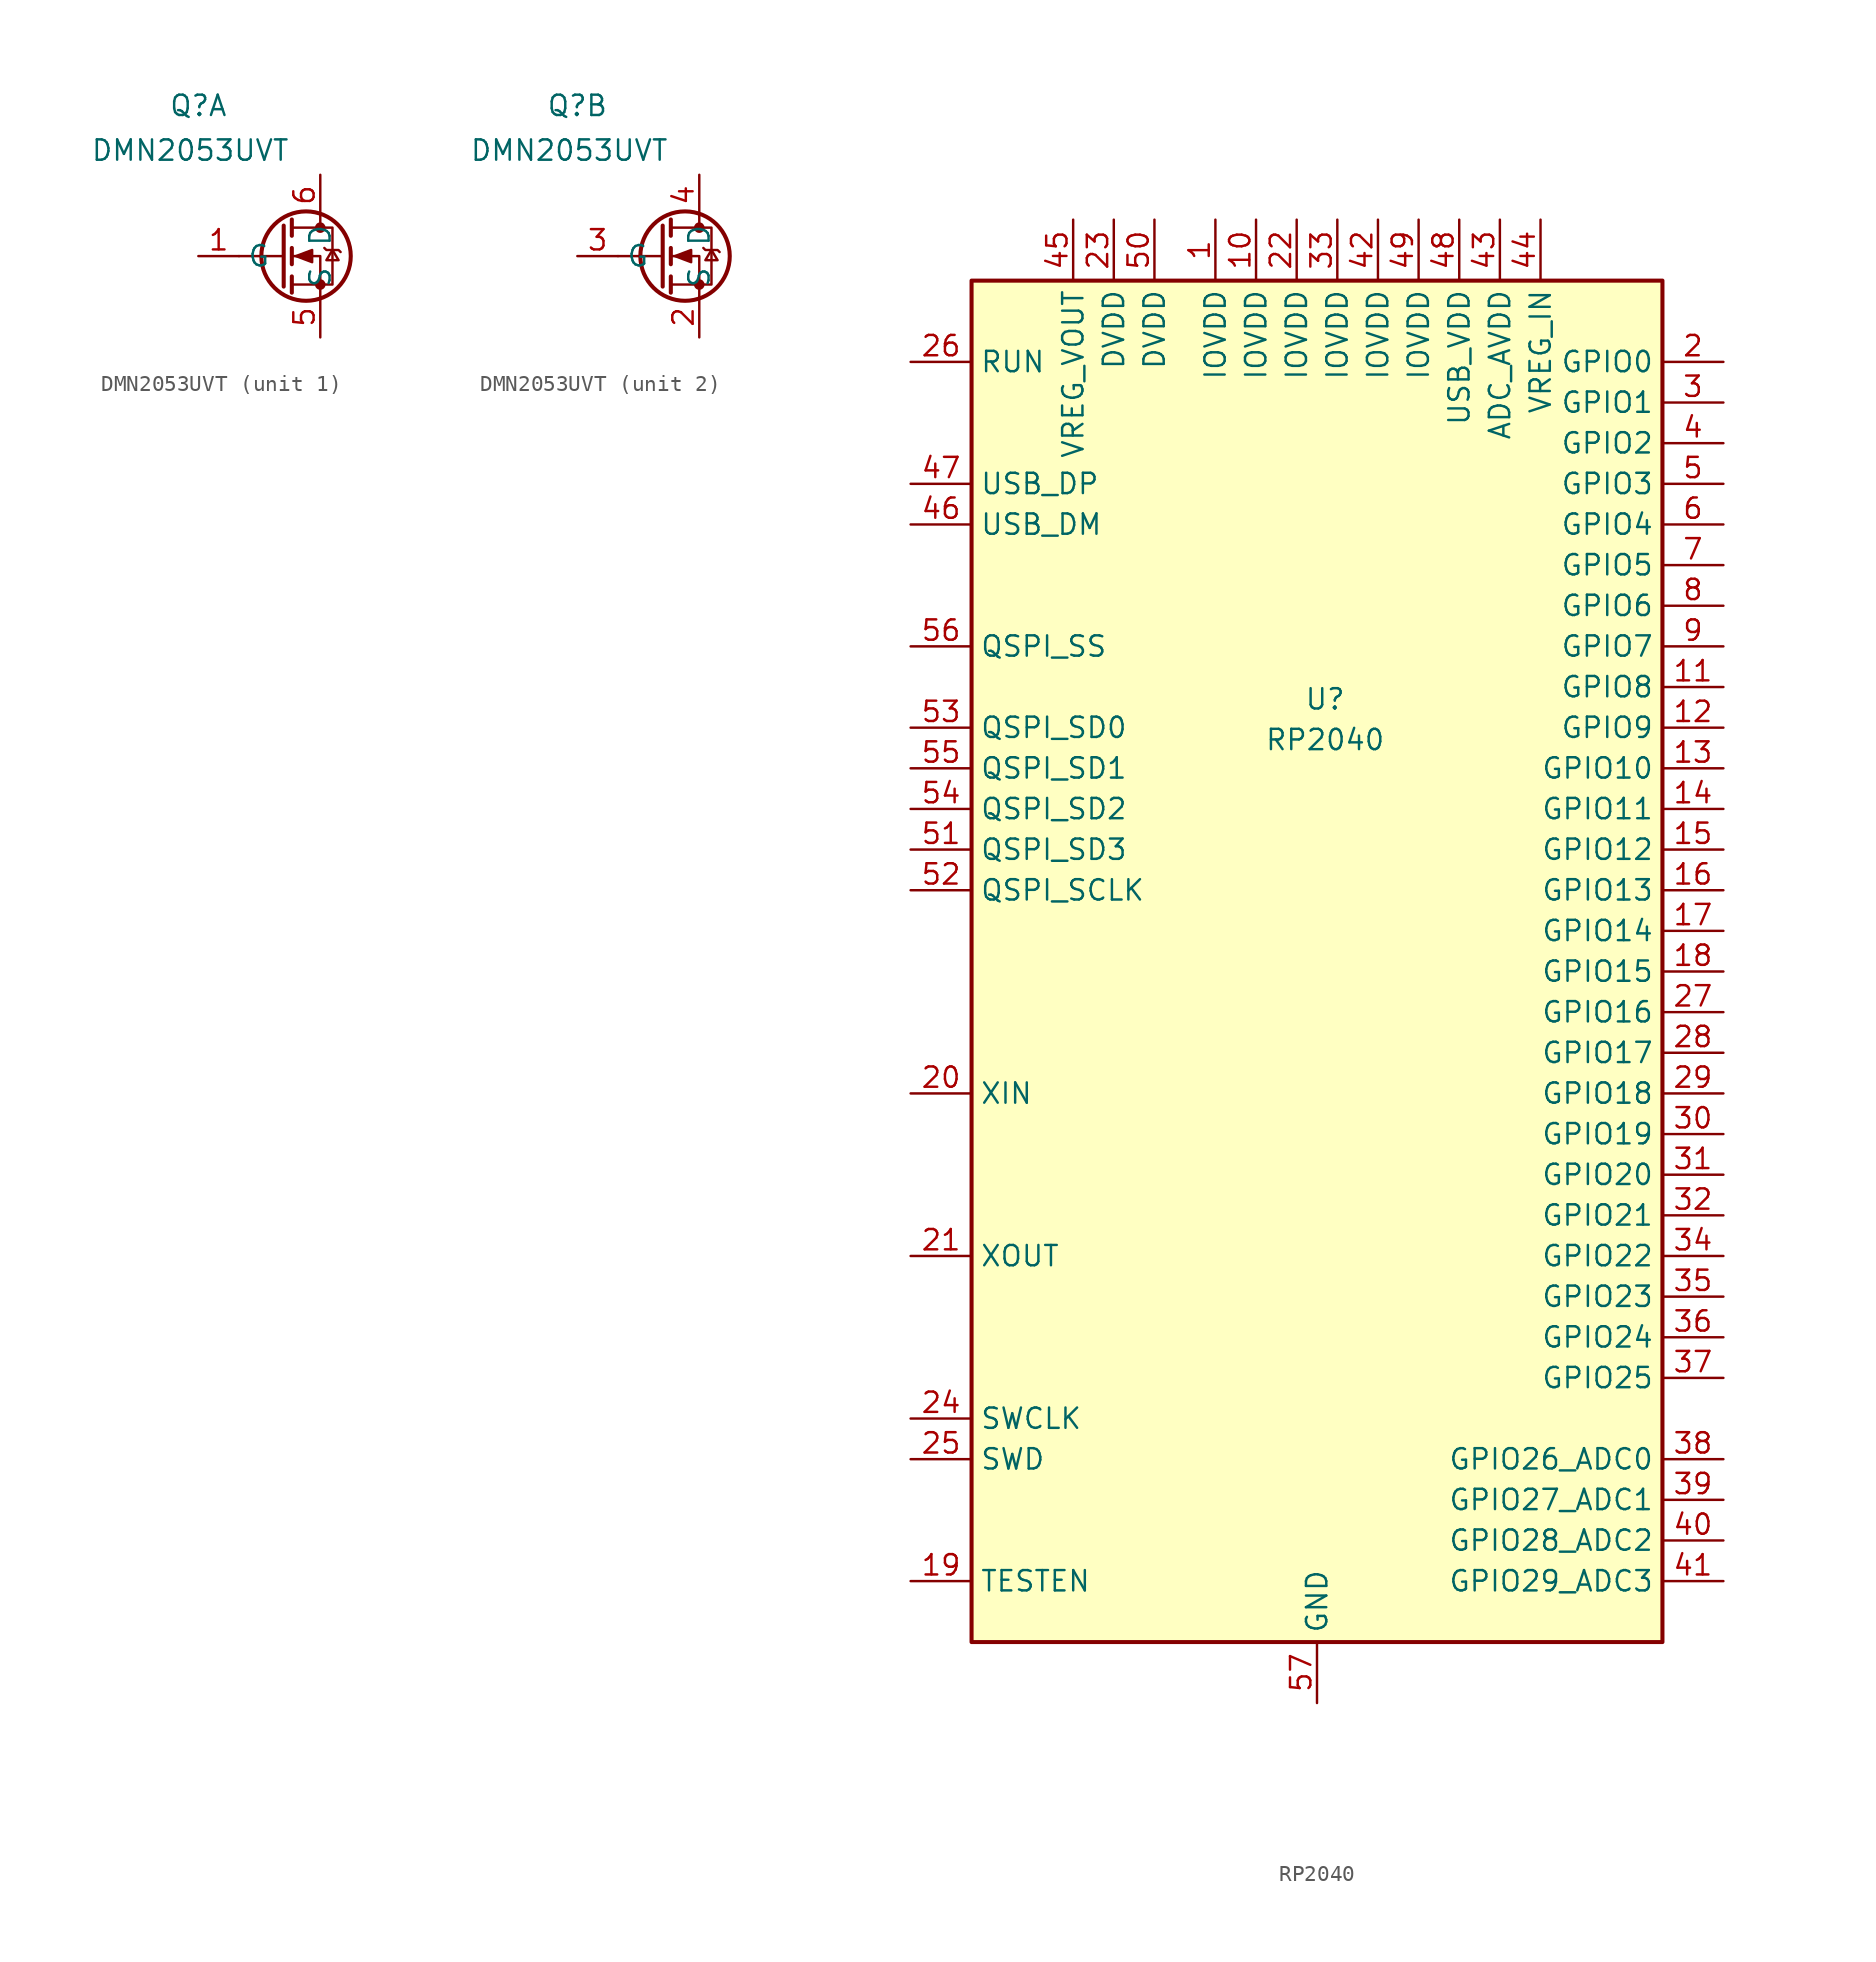
<source format=kicad_sym>
(kicad_symbol_lib
  (version 20231120)
  (generator "kicad_symbol_editor")
  (generator_version "8.0")
  (symbol "DMN2053UVT"
    (property "Reference" "Q"
      (at 0 9.398 0)
      (effects (font (size 1.27 1.27))))
    (property "Value" "DMN2053UVT"
      (at -0.508 6.604 0)
      (effects (font (size 1.27 1.27))))
    (symbol "DMN2053UVT_0_1"
      (polyline (pts (xy 5.334 0) (xy 2.54 0)) (stroke (width 0) (type default)) (fill (type none)))
      (polyline (pts (xy 5.334 1.905) (xy 5.334 -1.905)) (stroke (width 0.254) (type default)) (fill (type none)))
      (polyline (pts (xy 5.842 -1.27) (xy 5.842 -2.286)) (stroke (width 0.254) (type default)) (fill (type none)))
      (polyline (pts (xy 5.842 0.508) (xy 5.842 -0.508)) (stroke (width 0.254) (type default)) (fill (type none)))
      (polyline (pts (xy 5.842 2.286) (xy 5.842 1.27)) (stroke (width 0.254) (type default)) (fill (type none)))
      (polyline (pts (xy 7.62 2.54) (xy 7.62 1.778)) (stroke (width 0) (type default)) (fill (type none)))
      (polyline (pts (xy 7.62 -2.54) (xy 7.62 0) (xy 5.842 0)) (stroke (width 0) (type default)) (fill (type none)))
      (polyline (pts (xy 5.842 -1.778) (xy 8.382 -1.778) (xy 8.382 1.778) (xy 5.842 1.778)) (stroke (width 0) (type default)) (fill (type none)))
      (polyline (pts (xy 6.096 0) (xy 7.112 0.381) (xy 7.112 -0.381) (xy 6.096 0)) (stroke (width 0) (type default)) (fill (type outline)))
      (polyline (pts (xy 7.874 0.508) (xy 8.001 0.381) (xy 8.763 0.381) (xy 8.89 0.254)) (stroke (width 0) (type default)) (fill (type none)))
      (polyline (pts (xy 8.382 0.381) (xy 8.001 -0.254) (xy 8.763 -0.254) (xy 8.382 0.381)) (stroke (width 0) (type default)) (fill (type none)))
      (circle (center 6.731 0) (radius 2.794) (stroke (width 0.254) (type default)) (fill (type none)))
      (circle (center 7.62 -1.778) (radius 0.254) (stroke (width 0) (type default)) (fill (type outline)))
      (circle (center 7.62 1.778) (radius 0.254) (stroke (width 0) (type default)) (fill (type outline))))
    (symbol "DMN2053UVT_1_1"
      (pin input line (at 0 0 0) (length 2.54) (name "G" (effects (font (size 1.27 1.27)))) (number "1" (effects (font (size 1.27 1.27)))))
      (pin passive line (at 7.62 -5.08 90) (length 2.54) (name "S" (effects (font (size 1.27 1.27)))) (number "5" (effects (font (size 1.27 1.27)))))
      (pin passive line (at 7.62 5.08 270) (length 2.54) (name "D" (effects (font (size 1.27 1.27)))) (number "6" (effects (font (size 1.27 1.27))))))
    (symbol "DMN2053UVT_2_1"
      (pin passive line (at 7.62 -5.08 90) (length 2.54) (name "S" (effects (font (size 1.27 1.27)))) (number "2" (effects (font (size 1.27 1.27)))))
      (pin input line (at 0 0 0) (length 2.54) (name "G" (effects (font (size 1.27 1.27)))) (number "3" (effects (font (size 1.27 1.27)))))
      (pin passive line (at 7.62 5.08 270) (length 2.54) (name "D" (effects (font (size 1.27 1.27)))) (number "4" (effects (font (size 1.27 1.27)))))))
  (symbol "RP2040"
    (property "Reference" "U"
      (at 0.508 17.018 0)
      (effects (font (size 1.27 1.27))))
    (property "Value" "RP2040"
      (at 0.508 14.478 0)
      (effects (font (size 1.27 1.27))))
    (symbol "RP2040_0_1"
      (rectangle (start -21.59 43.18) (end 21.59 -41.91) (stroke (width 0.254) (type default)) (fill (type background))))
    (symbol "RP2040_1_1"
      (pin power_in line (at -6.35 46.99 270) (length 3.81) (name "IOVDD" (effects (font (size 1.27 1.27)))) (number "1" (effects (font (size 1.27 1.27)))))
      (pin power_in line (at -3.81 46.99 270) (length 3.81) (name "IOVDD" (effects (font (size 1.27 1.27)))) (number "10" (effects (font (size 1.27 1.27)))))
      (pin bidirectional line (at 25.4 17.78 180) (length 3.81) (name "GPIO8" (effects (font (size 1.27 1.27)))) (number "11" (effects (font (size 1.27 1.27)))))
      (pin bidirectional line (at 25.4 15.24 180) (length 3.81) (name "GPIO9" (effects (font (size 1.27 1.27)))) (number "12" (effects (font (size 1.27 1.27)))))
      (pin bidirectional line (at 25.4 12.7 180) (length 3.81) (name "GPIO10" (effects (font (size 1.27 1.27)))) (number "13" (effects (font (size 1.27 1.27)))))
      (pin bidirectional line (at 25.4 10.16 180) (length 3.81) (name "GPIO11" (effects (font (size 1.27 1.27)))) (number "14" (effects (font (size 1.27 1.27)))))
      (pin bidirectional line (at 25.4 7.62 180) (length 3.81) (name "GPIO12" (effects (font (size 1.27 1.27)))) (number "15" (effects (font (size 1.27 1.27)))))
      (pin bidirectional line (at 25.4 5.08 180) (length 3.81) (name "GPIO13" (effects (font (size 1.27 1.27)))) (number "16" (effects (font (size 1.27 1.27)))))
      (pin bidirectional line (at 25.4 2.54 180) (length 3.81) (name "GPIO14" (effects (font (size 1.27 1.27)))) (number "17" (effects (font (size 1.27 1.27)))))
      (pin bidirectional line (at 25.4 0 180) (length 3.81) (name "GPIO15" (effects (font (size 1.27 1.27)))) (number "18" (effects (font (size 1.27 1.27)))))
      (pin input line (at -25.4 -38.1 0) (length 3.81) (name "TESTEN" (effects (font (size 1.27 1.27)))) (number "19" (effects (font (size 1.27 1.27)))))
      (pin bidirectional line (at 25.4 38.1 180) (length 3.81) (name "GPIO0" (effects (font (size 1.27 1.27)))) (number "2" (effects (font (size 1.27 1.27)))))
      (pin input line (at -25.4 -7.62 0) (length 3.81) (name "XIN" (effects (font (size 1.27 1.27)))) (number "20" (effects (font (size 1.27 1.27)))))
      (pin passive line (at -25.4 -17.78 0) (length 3.81) (name "XOUT" (effects (font (size 1.27 1.27)))) (number "21" (effects (font (size 1.27 1.27)))))
      (pin power_in line (at -1.27 46.99 270) (length 3.81) (name "IOVDD" (effects (font (size 1.27 1.27)))) (number "22" (effects (font (size 1.27 1.27)))))
      (pin power_in line (at -12.7 46.99 270) (length 3.81) (name "DVDD" (effects (font (size 1.27 1.27)))) (number "23" (effects (font (size 1.27 1.27)))))
      (pin input line (at -25.4 -27.94 0) (length 3.81) (name "SWCLK" (effects (font (size 1.27 1.27)))) (number "24" (effects (font (size 1.27 1.27)))))
      (pin bidirectional line (at -25.4 -30.48 0) (length 3.81) (name "SWD" (effects (font (size 1.27 1.27)))) (number "25" (effects (font (size 1.27 1.27)))))
      (pin input line (at -25.4 38.1 0) (length 3.81) (name "RUN" (effects (font (size 1.27 1.27)))) (number "26" (effects (font (size 1.27 1.27)))))
      (pin bidirectional line (at 25.4 -2.54 180) (length 3.81) (name "GPIO16" (effects (font (size 1.27 1.27)))) (number "27" (effects (font (size 1.27 1.27)))))
      (pin bidirectional line (at 25.4 -5.08 180) (length 3.81) (name "GPIO17" (effects (font (size 1.27 1.27)))) (number "28" (effects (font (size 1.27 1.27)))))
      (pin bidirectional line (at 25.4 -7.62 180) (length 3.81) (name "GPIO18" (effects (font (size 1.27 1.27)))) (number "29" (effects (font (size 1.27 1.27)))))
      (pin bidirectional line (at 25.4 35.56 180) (length 3.81) (name "GPIO1" (effects (font (size 1.27 1.27)))) (number "3" (effects (font (size 1.27 1.27)))))
      (pin bidirectional line (at 25.4 -10.16 180) (length 3.81) (name "GPIO19" (effects (font (size 1.27 1.27)))) (number "30" (effects (font (size 1.27 1.27)))))
      (pin bidirectional line (at 25.4 -12.7 180) (length 3.81) (name "GPIO20" (effects (font (size 1.27 1.27)))) (number "31" (effects (font (size 1.27 1.27)))))
      (pin bidirectional line (at 25.4 -15.24 180) (length 3.81) (name "GPIO21" (effects (font (size 1.27 1.27)))) (number "32" (effects (font (size 1.27 1.27)))))
      (pin power_in line (at 1.27 46.99 270) (length 3.81) (name "IOVDD" (effects (font (size 1.27 1.27)))) (number "33" (effects (font (size 1.27 1.27)))))
      (pin bidirectional line (at 25.4 -17.78 180) (length 3.81) (name "GPIO22" (effects (font (size 1.27 1.27)))) (number "34" (effects (font (size 1.27 1.27)))))
      (pin bidirectional line (at 25.4 -20.32 180) (length 3.81) (name "GPIO23" (effects (font (size 1.27 1.27)))) (number "35" (effects (font (size 1.27 1.27)))))
      (pin bidirectional line (at 25.4 -22.86 180) (length 3.81) (name "GPIO24" (effects (font (size 1.27 1.27)))) (number "36" (effects (font (size 1.27 1.27)))))
      (pin bidirectional line (at 25.4 -25.4 180) (length 3.81) (name "GPIO25" (effects (font (size 1.27 1.27)))) (number "37" (effects (font (size 1.27 1.27)))))
      (pin bidirectional line (at 25.4 -30.48 180) (length 3.81) (name "GPIO26_ADC0" (effects (font (size 1.27 1.27)))) (number "38" (effects (font (size 1.27 1.27)))))
      (pin bidirectional line (at 25.4 -33.02 180) (length 3.81) (name "GPIO27_ADC1" (effects (font (size 1.27 1.27)))) (number "39" (effects (font (size 1.27 1.27)))))
      (pin bidirectional line (at 25.4 33.02 180) (length 3.81) (name "GPIO2" (effects (font (size 1.27 1.27)))) (number "4" (effects (font (size 1.27 1.27)))))
      (pin bidirectional line (at 25.4 -35.56 180) (length 3.81) (name "GPIO28_ADC2" (effects (font (size 1.27 1.27)))) (number "40" (effects (font (size 1.27 1.27)))))
      (pin bidirectional line (at 25.4 -38.1 180) (length 3.81) (name "GPIO29_ADC3" (effects (font (size 1.27 1.27)))) (number "41" (effects (font (size 1.27 1.27)))))
      (pin power_in line (at 3.81 46.99 270) (length 3.81) (name "IOVDD" (effects (font (size 1.27 1.27)))) (number "42" (effects (font (size 1.27 1.27)))))
      (pin power_in line (at 11.43 46.99 270) (length 3.81) (name "ADC_AVDD" (effects (font (size 1.27 1.27)))) (number "43" (effects (font (size 1.27 1.27)))))
      (pin power_in line (at 13.97 46.99 270) (length 3.81) (name "VREG_IN" (effects (font (size 1.27 1.27)))) (number "44" (effects (font (size 1.27 1.27)))))
      (pin power_out line (at -15.24 46.99 270) (length 3.81) (name "VREG_VOUT" (effects (font (size 1.27 1.27)))) (number "45" (effects (font (size 1.27 1.27)))))
      (pin bidirectional line (at -25.4 27.94 0) (length 3.81) (name "USB_DM" (effects (font (size 1.27 1.27)))) (number "46" (effects (font (size 1.27 1.27)))))
      (pin bidirectional line (at -25.4 30.48 0) (length 3.81) (name "USB_DP" (effects (font (size 1.27 1.27)))) (number "47" (effects (font (size 1.27 1.27)))))
      (pin power_in line (at 8.89 46.99 270) (length 3.81) (name "USB_VDD" (effects (font (size 1.27 1.27)))) (number "48" (effects (font (size 1.27 1.27)))))
      (pin power_in line (at 6.35 46.99 270) (length 3.81) (name "IOVDD" (effects (font (size 1.27 1.27)))) (number "49" (effects (font (size 1.27 1.27)))))
      (pin bidirectional line (at 25.4 30.48 180) (length 3.81) (name "GPIO3" (effects (font (size 1.27 1.27)))) (number "5" (effects (font (size 1.27 1.27)))))
      (pin power_in line (at -10.16 46.99 270) (length 3.81) (name "DVDD" (effects (font (size 1.27 1.27)))) (number "50" (effects (font (size 1.27 1.27)))))
      (pin bidirectional line (at -25.4 7.62 0) (length 3.81) (name "QSPI_SD3" (effects (font (size 1.27 1.27)))) (number "51" (effects (font (size 1.27 1.27)))))
      (pin output line (at -25.4 5.08 0) (length 3.81) (name "QSPI_SCLK" (effects (font (size 1.27 1.27)))) (number "52" (effects (font (size 1.27 1.27)))))
      (pin bidirectional line (at -25.4 15.24 0) (length 3.81) (name "QSPI_SD0" (effects (font (size 1.27 1.27)))) (number "53" (effects (font (size 1.27 1.27)))))
      (pin bidirectional line (at -25.4 10.16 0) (length 3.81) (name "QSPI_SD2" (effects (font (size 1.27 1.27)))) (number "54" (effects (font (size 1.27 1.27)))))
      (pin bidirectional line (at -25.4 12.7 0) (length 3.81) (name "QSPI_SD1" (effects (font (size 1.27 1.27)))) (number "55" (effects (font (size 1.27 1.27)))))
      (pin bidirectional line (at -25.4 20.32 0) (length 3.81) (name "QSPI_SS" (effects (font (size 1.27 1.27)))) (number "56" (effects (font (size 1.27 1.27)))))
      (pin power_in line (at 0 -45.72 90) (length 3.81) (name "GND" (effects (font (size 1.27 1.27)))) (number "57" (effects (font (size 1.27 1.27)))))
      (pin bidirectional line (at 25.4 27.94 180) (length 3.81) (name "GPIO4" (effects (font (size 1.27 1.27)))) (number "6" (effects (font (size 1.27 1.27)))))
      (pin bidirectional line (at 25.4 25.4 180) (length 3.81) (name "GPIO5" (effects (font (size 1.27 1.27)))) (number "7" (effects (font (size 1.27 1.27)))))
      (pin bidirectional line (at 25.4 22.86 180) (length 3.81) (name "GPIO6" (effects (font (size 1.27 1.27)))) (number "8" (effects (font (size 1.27 1.27)))))
      (pin bidirectional line (at 25.4 20.32 180) (length 3.81) (name "GPIO7" (effects (font (size 1.27 1.27)))) (number "9" (effects (font (size 1.27 1.27))))))))
</source>
